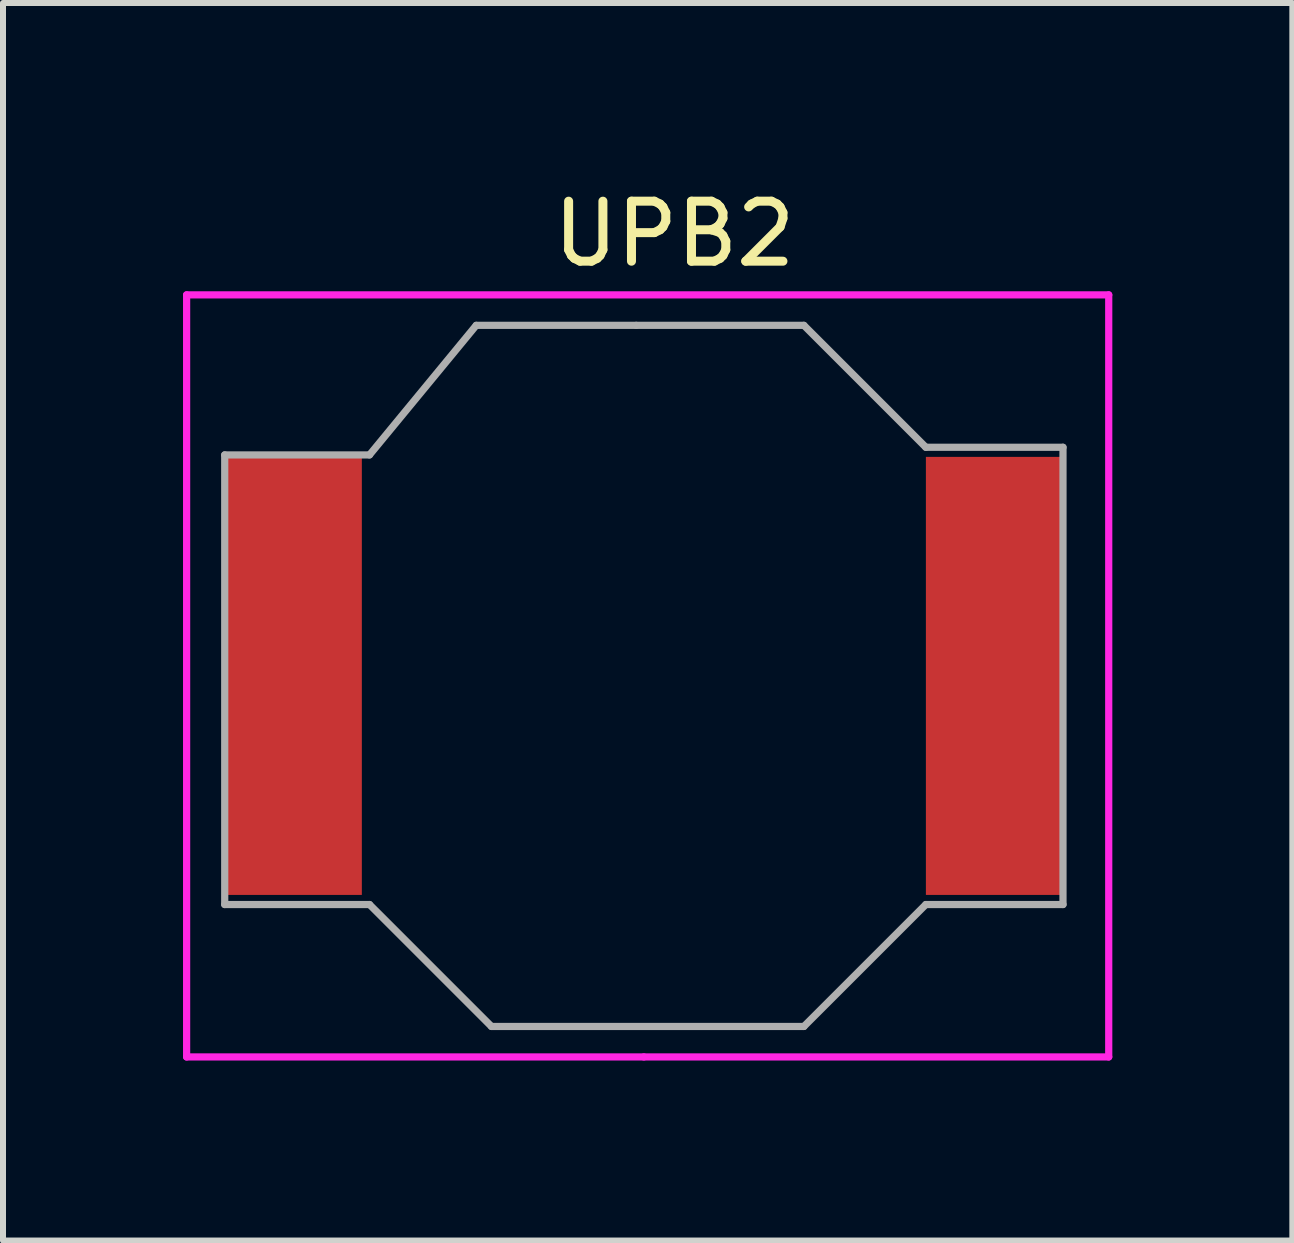
<source format=kicad_pcb>
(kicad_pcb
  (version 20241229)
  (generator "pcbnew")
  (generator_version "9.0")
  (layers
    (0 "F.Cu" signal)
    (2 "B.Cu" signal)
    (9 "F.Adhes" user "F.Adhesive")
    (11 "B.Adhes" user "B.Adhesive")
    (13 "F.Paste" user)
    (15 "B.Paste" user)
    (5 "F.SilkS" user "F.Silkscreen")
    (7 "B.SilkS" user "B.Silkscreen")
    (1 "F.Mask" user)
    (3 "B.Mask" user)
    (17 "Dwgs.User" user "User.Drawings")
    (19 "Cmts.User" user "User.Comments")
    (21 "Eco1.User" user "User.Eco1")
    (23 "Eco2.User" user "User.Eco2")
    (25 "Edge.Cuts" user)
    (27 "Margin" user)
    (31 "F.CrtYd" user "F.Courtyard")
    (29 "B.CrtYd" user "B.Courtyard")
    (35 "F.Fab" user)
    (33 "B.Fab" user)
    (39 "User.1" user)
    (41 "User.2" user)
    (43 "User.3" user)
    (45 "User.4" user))
  (footprint "UPB2"
    (layer "F.Cu")
    (at 7.68 8.214)
    (property "Reference" "UPB2" (at 0.508 -7.366 0) (layer "F.SilkS") (effects (font (size 1 1) (thickness 0.15))))
    (attr smd)
    (fp_line (start -7.62 6.35) (end -7.62 -6.35) (stroke (width 0.12) (type solid)) (layer "F.CrtYd"))
    (fp_line (start 0 6.35) (end -7.62 6.35) (stroke (width 0.12) (type solid)) (layer "F.CrtYd"))
    (fp_line (start 0 6.35) (end 7.747 6.35) (stroke (width 0.12) (type solid)) (layer "F.CrtYd"))
    (fp_line (start 7.747 -6.35) (end -7.62 -6.35) (stroke (width 0.12) (type solid)) (layer "F.CrtYd"))
    (fp_line (start 7.747 6.35) (end 7.747 -6.35) (stroke (width 0.12) (type solid)) (layer "F.CrtYd"))
    (fp_line (start -6.985 -3.683) (end -4.572 -3.683) (stroke (width 0.12) (type solid)) (layer "F.Fab"))
    (fp_line (start -6.985 3.81) (end -6.985 -3.683) (stroke (width 0.12) (type solid)) (layer "F.Fab"))
    (fp_line (start -4.572 -3.683) (end -2.794 -5.842) (stroke (width 0.12) (type solid)) (layer "F.Fab"))
    (fp_line (start -4.572 3.81) (end -6.985 3.81) (stroke (width 0.12) (type solid)) (layer "F.Fab"))
    (fp_line (start -2.794 -5.842) (end -0.127 -5.842) (stroke (width 0.12) (type solid)) (layer "F.Fab"))
    (fp_line (start -2.54 5.842) (end -4.572 3.81) (stroke (width 0.12) (type solid)) (layer "F.Fab"))
    (fp_line (start -0.127 -5.842) (end 2.667 -5.842) (stroke (width 0.12) (type solid)) (layer "F.Fab"))
    (fp_line (start 2.667 -5.842) (end 4.699 -3.81) (stroke (width 0.12) (type solid)) (layer "F.Fab"))
    (fp_line (start 2.667 5.842) (end -2.54 5.842) (stroke (width 0.12) (type solid)) (layer "F.Fab"))
    (fp_line (start 4.699 -3.81) (end 6.985 -3.81) (stroke (width 0.12) (type solid)) (layer "F.Fab"))
    (fp_line (start 4.699 3.81) (end 2.667 5.842) (stroke (width 0.12) (type solid)) (layer "F.Fab"))
    (fp_line (start 6.985 -3.81) (end 6.985 3.81) (stroke (width 0.12) (type solid)) (layer "F.Fab"))
    (fp_line (start 6.985 3.81) (end 4.699 3.81) (stroke (width 0.12) (type solid)) (layer "F.Fab"))
    (pad "1" smd rect (at -5.85 0) (size 2.3 7.3) (layers "F.Cu" "F.Mask" "F.Paste"))
    (pad "2" smd rect (at 5.85 0) (size 2.3 7.3) (layers "F.Cu" "F.Mask" "F.Paste")))
  (gr_rect
    (start -3 -3)
    (end 18.487 17.624)
    (stroke (width 0.1) (type default))
    (fill no)
    (layer "Edge.Cuts")))
</source>
